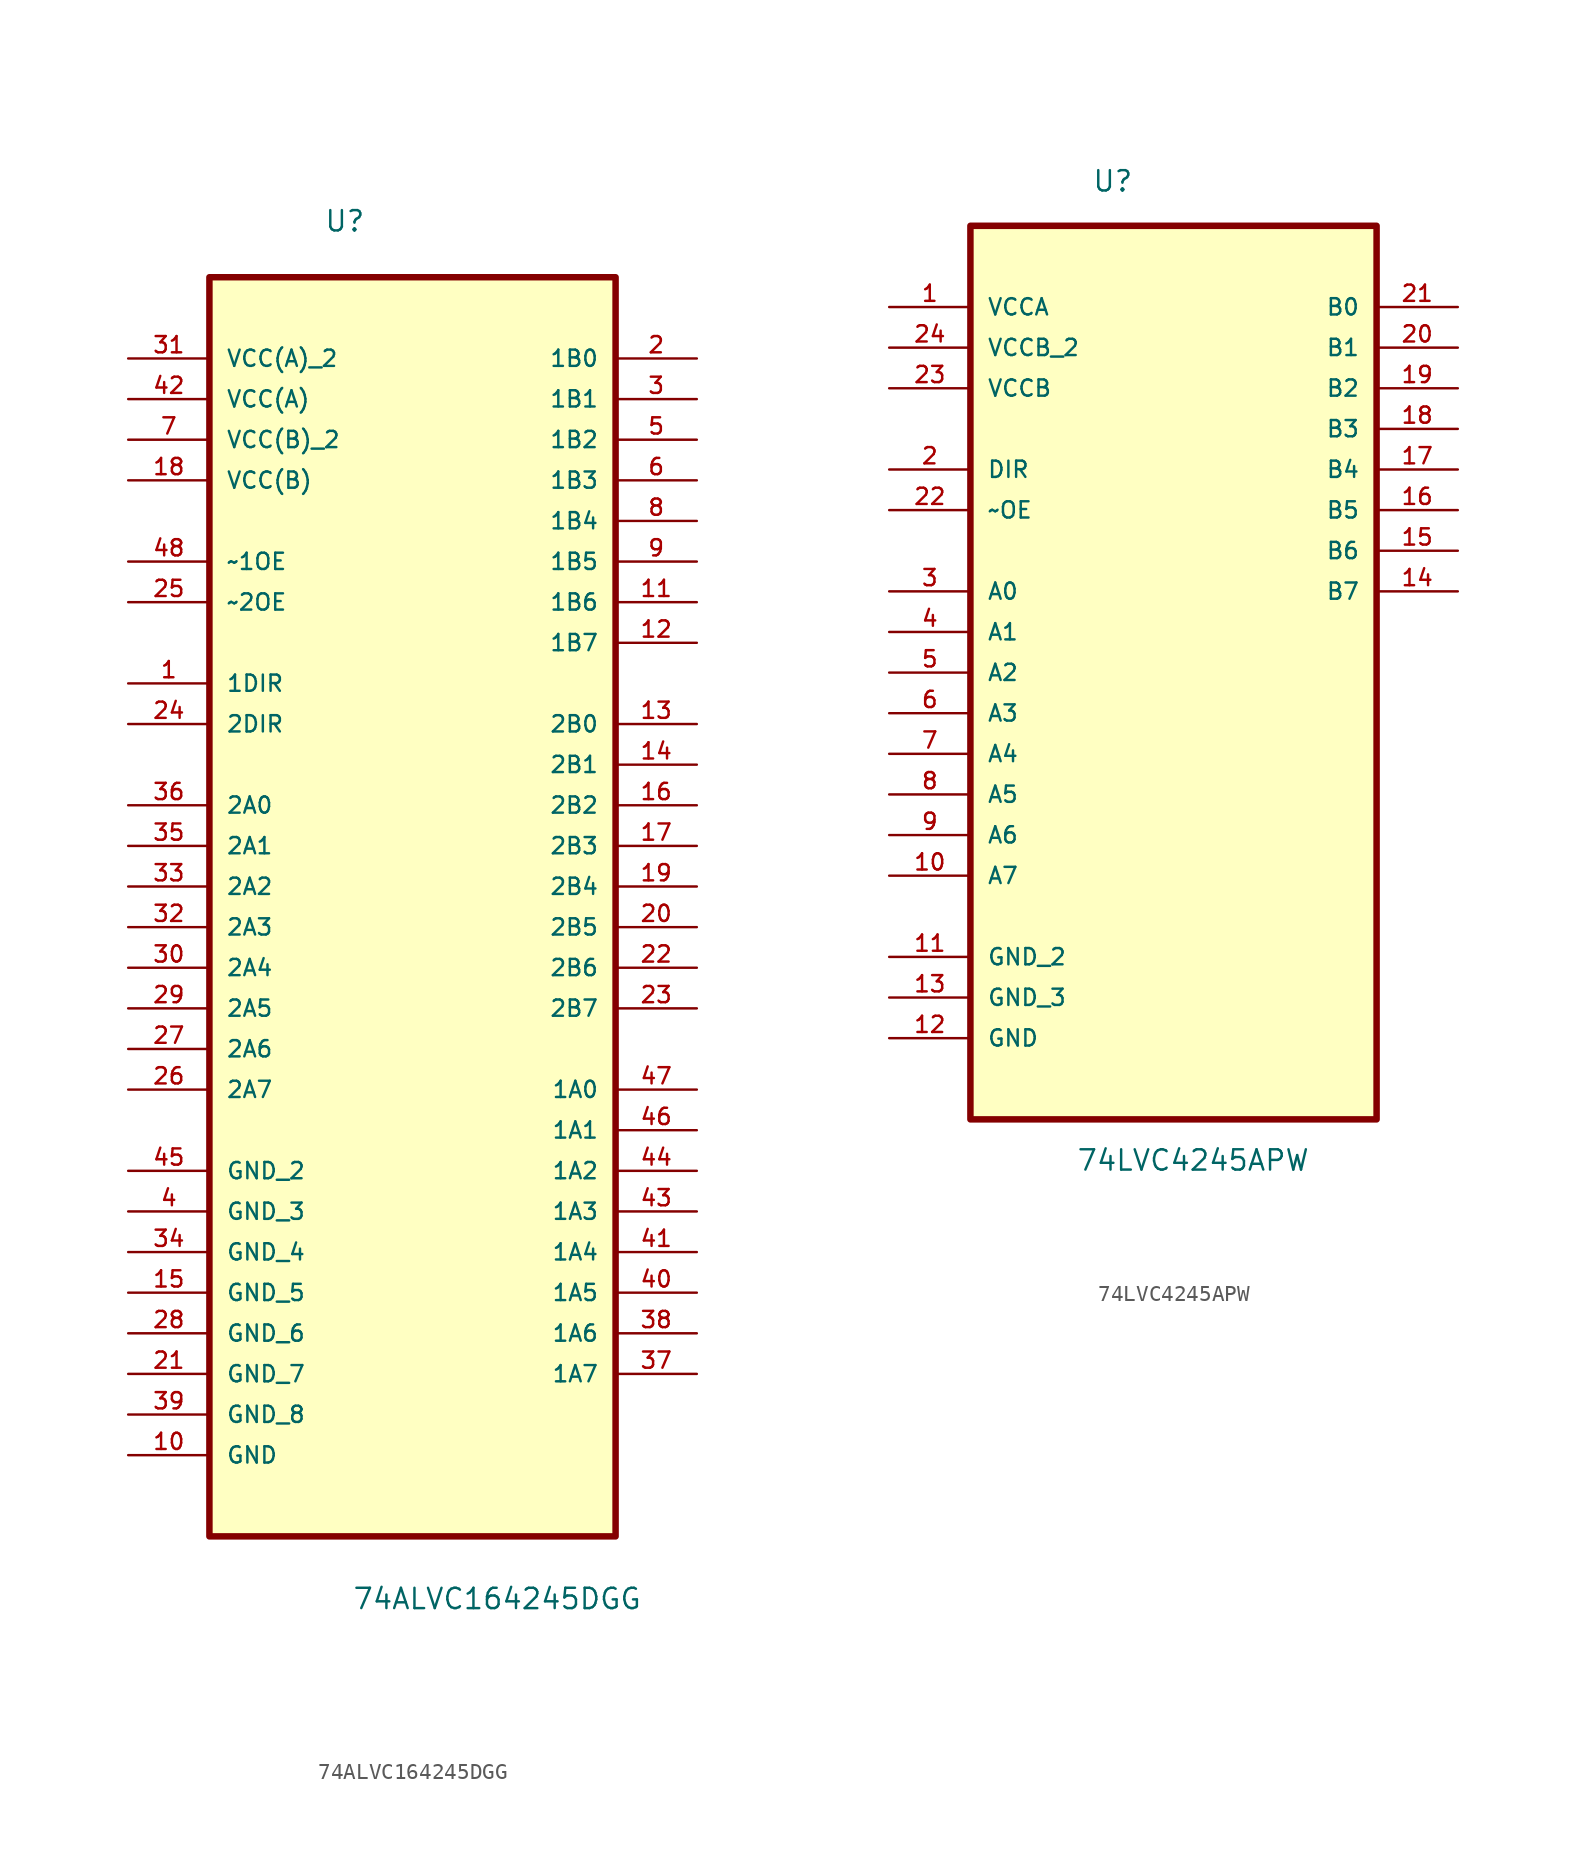
<source format=kicad_sym>
(kicad_symbol_lib
  (version 20231120)
  (generator "kicad_symbol_editor")
  (generator_version "8.0")
  (symbol "74ALVC164245DGG"
    (pin_names
      (offset 1.016))
    (property "Reference" "U"
      (at -5.544 38.325 0)
      (effects (font (size 1.27 1.27)) (justify left bottom)))
    (property "Value" "74ALVC164245DGG"
      (at -3.788 -47.827 0)
      (effects (font (size 1.27 1.27)) (justify left bottom)))
    (symbol "74ALVC164245DGG_0_0"
      (rectangle (start -12.7 -43.18) (end 12.7 35.56) (stroke (width 0.406) (type default)) (fill (type background)))
      (pin input line (at -17.78 10.16 0) (length 5.08) (name "1DIR" (effects (font (size 1.016 1.016)))) (number "1" (effects (font (size 1.016 1.016)))))
      (pin passive line (at -17.78 -38.1 0) (length 5.08) (name "GND" (effects (font (size 1.016 1.016)))) (number "10" (effects (font (size 1.016 1.016)))))
      (pin bidirectional line (at 17.78 15.24 180) (length 5.08) (name "1B6" (effects (font (size 1.016 1.016)))) (number "11" (effects (font (size 1.016 1.016)))))
      (pin bidirectional line (at 17.78 12.7 180) (length 5.08) (name "1B7" (effects (font (size 1.016 1.016)))) (number "12" (effects (font (size 1.016 1.016)))))
      (pin bidirectional line (at 17.78 7.62 180) (length 5.08) (name "2B0" (effects (font (size 1.016 1.016)))) (number "13" (effects (font (size 1.016 1.016)))))
      (pin bidirectional line (at 17.78 5.08 180) (length 5.08) (name "2B1" (effects (font (size 1.016 1.016)))) (number "14" (effects (font (size 1.016 1.016)))))
      (pin passive line (at -17.78 -27.94 0) (length 5.08) (name "GND_5" (effects (font (size 1.016 1.016)))) (number "15" (effects (font (size 1.016 1.016)))))
      (pin bidirectional line (at 17.78 2.54 180) (length 5.08) (name "2B2" (effects (font (size 1.016 1.016)))) (number "16" (effects (font (size 1.016 1.016)))))
      (pin bidirectional line (at 17.78 0 180) (length 5.08) (name "2B3" (effects (font (size 1.016 1.016)))) (number "17" (effects (font (size 1.016 1.016)))))
      (pin power_in line (at -17.78 22.86 0) (length 5.08) (name "VCC(B)" (effects (font (size 1.016 1.016)))) (number "18" (effects (font (size 1.016 1.016)))))
      (pin bidirectional line (at 17.78 -2.54 180) (length 5.08) (name "2B4" (effects (font (size 1.016 1.016)))) (number "19" (effects (font (size 1.016 1.016)))))
      (pin bidirectional line (at 17.78 30.48 180) (length 5.08) (name "1B0" (effects (font (size 1.016 1.016)))) (number "2" (effects (font (size 1.016 1.016)))))
      (pin bidirectional line (at 17.78 -5.08 180) (length 5.08) (name "2B5" (effects (font (size 1.016 1.016)))) (number "20" (effects (font (size 1.016 1.016)))))
      (pin passive line (at -17.78 -33.02 0) (length 5.08) (name "GND_7" (effects (font (size 1.016 1.016)))) (number "21" (effects (font (size 1.016 1.016)))))
      (pin bidirectional line (at 17.78 -7.62 180) (length 5.08) (name "2B6" (effects (font (size 1.016 1.016)))) (number "22" (effects (font (size 1.016 1.016)))))
      (pin bidirectional line (at 17.78 -10.16 180) (length 5.08) (name "2B7" (effects (font (size 1.016 1.016)))) (number "23" (effects (font (size 1.016 1.016)))))
      (pin input line (at -17.78 7.62 0) (length 5.08) (name "2DIR" (effects (font (size 1.016 1.016)))) (number "24" (effects (font (size 1.016 1.016)))))
      (pin input line (at -17.78 15.24 0) (length 5.08) (name "~2OE" (effects (font (size 1.016 1.016)))) (number "25" (effects (font (size 1.016 1.016)))))
      (pin bidirectional line (at -17.78 -15.24 0) (length 5.08) (name "2A7" (effects (font (size 1.016 1.016)))) (number "26" (effects (font (size 1.016 1.016)))))
      (pin bidirectional line (at -17.78 -12.7 0) (length 5.08) (name "2A6" (effects (font (size 1.016 1.016)))) (number "27" (effects (font (size 1.016 1.016)))))
      (pin passive line (at -17.78 -30.48 0) (length 5.08) (name "GND_6" (effects (font (size 1.016 1.016)))) (number "28" (effects (font (size 1.016 1.016)))))
      (pin bidirectional line (at -17.78 -10.16 0) (length 5.08) (name "2A5" (effects (font (size 1.016 1.016)))) (number "29" (effects (font (size 1.016 1.016)))))
      (pin bidirectional line (at 17.78 27.94 180) (length 5.08) (name "1B1" (effects (font (size 1.016 1.016)))) (number "3" (effects (font (size 1.016 1.016)))))
      (pin bidirectional line (at -17.78 -7.62 0) (length 5.08) (name "2A4" (effects (font (size 1.016 1.016)))) (number "30" (effects (font (size 1.016 1.016)))))
      (pin power_in line (at -17.78 30.48 0) (length 5.08) (name "VCC(A)_2" (effects (font (size 1.016 1.016)))) (number "31" (effects (font (size 1.016 1.016)))))
      (pin bidirectional line (at -17.78 -5.08 0) (length 5.08) (name "2A3" (effects (font (size 1.016 1.016)))) (number "32" (effects (font (size 1.016 1.016)))))
      (pin bidirectional line (at -17.78 -2.54 0) (length 5.08) (name "2A2" (effects (font (size 1.016 1.016)))) (number "33" (effects (font (size 1.016 1.016)))))
      (pin passive line (at -17.78 -25.4 0) (length 5.08) (name "GND_4" (effects (font (size 1.016 1.016)))) (number "34" (effects (font (size 1.016 1.016)))))
      (pin bidirectional line (at -17.78 0 0) (length 5.08) (name "2A1" (effects (font (size 1.016 1.016)))) (number "35" (effects (font (size 1.016 1.016)))))
      (pin bidirectional line (at -17.78 2.54 0) (length 5.08) (name "2A0" (effects (font (size 1.016 1.016)))) (number "36" (effects (font (size 1.016 1.016)))))
      (pin bidirectional line (at 17.78 -33.02 180) (length 5.08) (name "1A7" (effects (font (size 1.016 1.016)))) (number "37" (effects (font (size 1.016 1.016)))))
      (pin bidirectional line (at 17.78 -30.48 180) (length 5.08) (name "1A6" (effects (font (size 1.016 1.016)))) (number "38" (effects (font (size 1.016 1.016)))))
      (pin passive line (at -17.78 -35.56 0) (length 5.08) (name "GND_8" (effects (font (size 1.016 1.016)))) (number "39" (effects (font (size 1.016 1.016)))))
      (pin passive line (at -17.78 -22.86 0) (length 5.08) (name "GND_3" (effects (font (size 1.016 1.016)))) (number "4" (effects (font (size 1.016 1.016)))))
      (pin bidirectional line (at 17.78 -27.94 180) (length 5.08) (name "1A5" (effects (font (size 1.016 1.016)))) (number "40" (effects (font (size 1.016 1.016)))))
      (pin bidirectional line (at 17.78 -25.4 180) (length 5.08) (name "1A4" (effects (font (size 1.016 1.016)))) (number "41" (effects (font (size 1.016 1.016)))))
      (pin power_in line (at -17.78 27.94 0) (length 5.08) (name "VCC(A)" (effects (font (size 1.016 1.016)))) (number "42" (effects (font (size 1.016 1.016)))))
      (pin bidirectional line (at 17.78 -22.86 180) (length 5.08) (name "1A3" (effects (font (size 1.016 1.016)))) (number "43" (effects (font (size 1.016 1.016)))))
      (pin bidirectional line (at 17.78 -20.32 180) (length 5.08) (name "1A2" (effects (font (size 1.016 1.016)))) (number "44" (effects (font (size 1.016 1.016)))))
      (pin passive line (at -17.78 -20.32 0) (length 5.08) (name "GND_2" (effects (font (size 1.016 1.016)))) (number "45" (effects (font (size 1.016 1.016)))))
      (pin bidirectional line (at 17.78 -17.78 180) (length 5.08) (name "1A1" (effects (font (size 1.016 1.016)))) (number "46" (effects (font (size 1.016 1.016)))))
      (pin bidirectional line (at 17.78 -15.24 180) (length 5.08) (name "1A0" (effects (font (size 1.016 1.016)))) (number "47" (effects (font (size 1.016 1.016)))))
      (pin input line (at -17.78 17.78 0) (length 5.08) (name "~1OE" (effects (font (size 1.016 1.016)))) (number "48" (effects (font (size 1.016 1.016)))))
      (pin bidirectional line (at 17.78 25.4 180) (length 5.08) (name "1B2" (effects (font (size 1.016 1.016)))) (number "5" (effects (font (size 1.016 1.016)))))
      (pin bidirectional line (at 17.78 22.86 180) (length 5.08) (name "1B3" (effects (font (size 1.016 1.016)))) (number "6" (effects (font (size 1.016 1.016)))))
      (pin power_in line (at -17.78 25.4 0) (length 5.08) (name "VCC(B)_2" (effects (font (size 1.016 1.016)))) (number "7" (effects (font (size 1.016 1.016)))))
      (pin bidirectional line (at 17.78 20.32 180) (length 5.08) (name "1B4" (effects (font (size 1.016 1.016)))) (number "8" (effects (font (size 1.016 1.016)))))
      (pin bidirectional line (at 17.78 17.78 180) (length 5.08) (name "1B5" (effects (font (size 1.016 1.016)))) (number "9" (effects (font (size 1.016 1.016)))))))
  (symbol "74LVC4245APW"
    (pin_names
      (offset 1.016))
    (property "Reference" "U"
      (at -5.108 27.447 0)
      (effects (font (size 1.27 1.27)) (justify left bottom)))
    (property "Value" "74LVC4245APW"
      (at -6.096 -33.782 0)
      (effects (font (size 1.27 1.27)) (justify left bottom)))
    (symbol "74LVC4245APW_0_0"
      (rectangle (start -12.7 -30.48) (end 12.7 25.4) (stroke (width 0.406) (type default)) (fill (type background)))
      (pin power_in line (at -17.78 20.32 0) (length 5.08) (name "VCCA" (effects (font (size 1.016 1.016)))) (number "1" (effects (font (size 1.016 1.016)))))
      (pin bidirectional line (at -17.78 -15.24 0) (length 5.08) (name "A7" (effects (font (size 1.016 1.016)))) (number "10" (effects (font (size 1.016 1.016)))))
      (pin passive line (at -17.78 -20.32 0) (length 5.08) (name "GND_2" (effects (font (size 1.016 1.016)))) (number "11" (effects (font (size 1.016 1.016)))))
      (pin passive line (at -17.78 -25.4 0) (length 5.08) (name "GND" (effects (font (size 1.016 1.016)))) (number "12" (effects (font (size 1.016 1.016)))))
      (pin passive line (at -17.78 -22.86 0) (length 5.08) (name "GND_3" (effects (font (size 1.016 1.016)))) (number "13" (effects (font (size 1.016 1.016)))))
      (pin bidirectional line (at 17.78 2.54 180) (length 5.08) (name "B7" (effects (font (size 1.016 1.016)))) (number "14" (effects (font (size 1.016 1.016)))))
      (pin bidirectional line (at 17.78 5.08 180) (length 5.08) (name "B6" (effects (font (size 1.016 1.016)))) (number "15" (effects (font (size 1.016 1.016)))))
      (pin bidirectional line (at 17.78 7.62 180) (length 5.08) (name "B5" (effects (font (size 1.016 1.016)))) (number "16" (effects (font (size 1.016 1.016)))))
      (pin bidirectional line (at 17.78 10.16 180) (length 5.08) (name "B4" (effects (font (size 1.016 1.016)))) (number "17" (effects (font (size 1.016 1.016)))))
      (pin bidirectional line (at 17.78 12.7 180) (length 5.08) (name "B3" (effects (font (size 1.016 1.016)))) (number "18" (effects (font (size 1.016 1.016)))))
      (pin bidirectional line (at 17.78 15.24 180) (length 5.08) (name "B2" (effects (font (size 1.016 1.016)))) (number "19" (effects (font (size 1.016 1.016)))))
      (pin input line (at -17.78 10.16 0) (length 5.08) (name "DIR" (effects (font (size 1.016 1.016)))) (number "2" (effects (font (size 1.016 1.016)))))
      (pin bidirectional line (at 17.78 17.78 180) (length 5.08) (name "B1" (effects (font (size 1.016 1.016)))) (number "20" (effects (font (size 1.016 1.016)))))
      (pin bidirectional line (at 17.78 20.32 180) (length 5.08) (name "B0" (effects (font (size 1.016 1.016)))) (number "21" (effects (font (size 1.016 1.016)))))
      (pin input line (at -17.78 7.62 0) (length 5.08) (name "~OE" (effects (font (size 1.016 1.016)))) (number "22" (effects (font (size 1.016 1.016)))))
      (pin power_in line (at -17.78 15.24 0) (length 5.08) (name "VCCB" (effects (font (size 1.016 1.016)))) (number "23" (effects (font (size 1.016 1.016)))))
      (pin power_in line (at -17.78 17.78 0) (length 5.08) (name "VCCB_2" (effects (font (size 1.016 1.016)))) (number "24" (effects (font (size 1.016 1.016)))))
      (pin bidirectional line (at -17.78 2.54 0) (length 5.08) (name "A0" (effects (font (size 1.016 1.016)))) (number "3" (effects (font (size 1.016 1.016)))))
      (pin bidirectional line (at -17.78 0 0) (length 5.08) (name "A1" (effects (font (size 1.016 1.016)))) (number "4" (effects (font (size 1.016 1.016)))))
      (pin bidirectional line (at -17.78 -2.54 0) (length 5.08) (name "A2" (effects (font (size 1.016 1.016)))) (number "5" (effects (font (size 1.016 1.016)))))
      (pin bidirectional line (at -17.78 -5.08 0) (length 5.08) (name "A3" (effects (font (size 1.016 1.016)))) (number "6" (effects (font (size 1.016 1.016)))))
      (pin bidirectional line (at -17.78 -7.62 0) (length 5.08) (name "A4" (effects (font (size 1.016 1.016)))) (number "7" (effects (font (size 1.016 1.016)))))
      (pin bidirectional line (at -17.78 -10.16 0) (length 5.08) (name "A5" (effects (font (size 1.016 1.016)))) (number "8" (effects (font (size 1.016 1.016)))))
      (pin bidirectional line (at -17.78 -12.7 0) (length 5.08) (name "A6" (effects (font (size 1.016 1.016)))) (number "9" (effects (font (size 1.016 1.016))))))))
</source>
